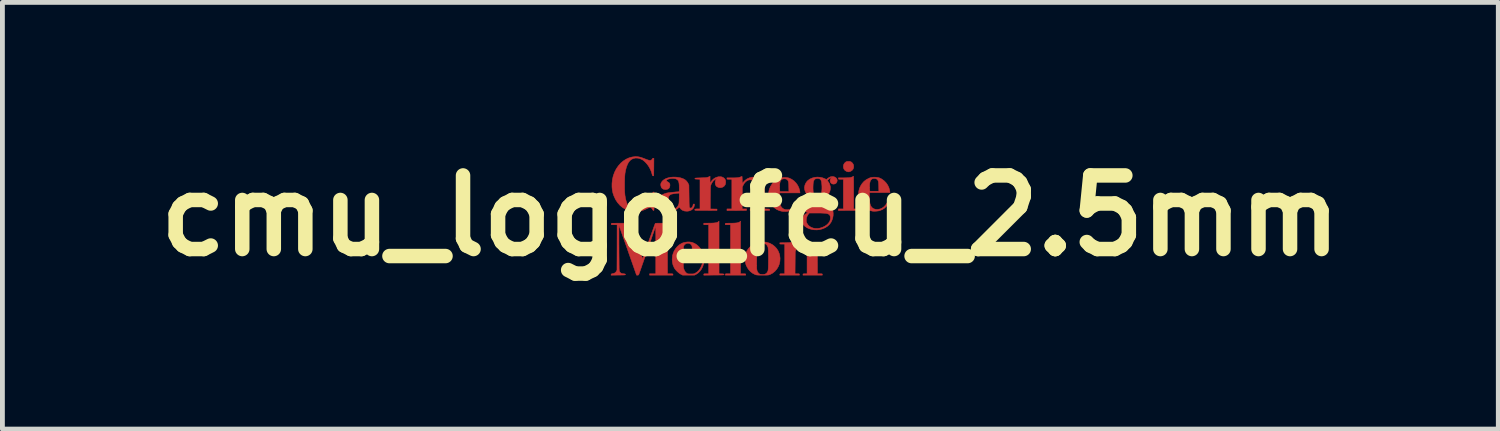
<source format=kicad_pcb>
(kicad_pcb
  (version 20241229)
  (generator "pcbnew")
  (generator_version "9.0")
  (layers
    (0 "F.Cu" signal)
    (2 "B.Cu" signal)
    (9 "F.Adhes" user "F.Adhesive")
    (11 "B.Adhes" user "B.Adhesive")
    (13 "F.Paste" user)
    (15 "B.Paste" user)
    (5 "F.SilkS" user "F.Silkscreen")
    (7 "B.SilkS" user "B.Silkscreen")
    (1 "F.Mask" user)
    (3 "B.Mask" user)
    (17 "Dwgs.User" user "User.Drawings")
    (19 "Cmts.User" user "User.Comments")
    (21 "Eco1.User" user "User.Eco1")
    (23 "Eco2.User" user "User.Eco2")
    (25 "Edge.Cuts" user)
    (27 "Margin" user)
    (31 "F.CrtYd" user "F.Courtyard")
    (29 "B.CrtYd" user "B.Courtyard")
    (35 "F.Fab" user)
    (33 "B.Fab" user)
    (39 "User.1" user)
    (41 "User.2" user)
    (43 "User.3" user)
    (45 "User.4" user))
  (footprint "cmu_logo_fcu_2.5mm"
    (layer "F.Cu")
    (at 12.49 1.418)
    (property "Reference" "cmu_logo_fcu_2.5mm" (at 0 0 0) (layer "F.SilkS") (effects (font (size 1.524 1.524) (thickness 0.3))))
    (attr through_hole)
    (fp_poly (pts (xy -0.203 1.202) (xy -0.15 1.202) (xy -0.125 1.202) (xy -0.109 1.203) (xy -0.1 1.205) (xy -0.097 1.208) (xy -0.096 1.214) (xy -0.096 1.216) (xy -0.096 1.23) (xy -0.519 1.23) (xy -0.519 1.216) (xy -0.519 1.21) (xy -0.516 1.206) (xy -0.51 1.203) (xy -0.496 1.202) (xy -0.475 1.202) (xy -0.466 1.202) (xy -0.412 1.202) (xy -0.412 0.186) (xy -0.52 0.186) (xy -0.518 0.171) (xy -0.516 0.155) (xy -0.406 0.154) (xy -0.357 0.153) (xy -0.317 0.151) (xy -0.286 0.148) (xy -0.262 0.144) (xy -0.244 0.139) (xy -0.23 0.133) (xy -0.22 0.126) (xy -0.203 0.112) (xy -0.203 1.202)) (stroke (width 0.01) (type solid)) (fill yes) (layer "F.Cu"))
    (fp_poly (pts (xy 2.055 -1.125) (xy 2.071 -1.122) (xy 2.086 -1.115) (xy 2.093 -1.111) (xy 2.117 -1.088) (xy 2.133 -1.061) (xy 2.14 -1.03) (xy 2.138 -0.998) (xy 2.128 -0.968) (xy 2.112 -0.946) (xy 2.092 -0.93) (xy 2.068 -0.917) (xy 2.044 -0.91) (xy 2.035 -0.909) (xy 2.018 -0.911) (xy 1.999 -0.916) (xy 1.996 -0.917) (xy 1.977 -0.927) (xy 1.959 -0.939) (xy 1.957 -0.941) (xy 1.937 -0.967) (xy 1.927 -0.996) (xy 1.925 -1.028) (xy 1.932 -1.059) (xy 1.947 -1.087) (xy 1.971 -1.11) (xy 1.971 -1.11) (xy 1.986 -1.119) (xy 2 -1.124) (xy 2.019 -1.126) (xy 2.032 -1.126) (xy 2.055 -1.125)) (stroke (width 0.01) (type solid)) (fill yes) (layer "F.Cu"))
    (fp_poly (pts (xy -0.649 1.202) (xy -0.597 1.203) (xy -0.572 1.204) (xy -0.557 1.206) (xy -0.549 1.208) (xy -0.545 1.212) (xy -0.545 1.216) (xy -0.545 1.219) (xy -0.547 1.222) (xy -0.551 1.224) (xy -0.558 1.225) (xy -0.57 1.226) (xy -0.587 1.227) (xy -0.612 1.228) (xy -0.643 1.228) (xy -0.684 1.229) (xy -0.734 1.229) (xy -0.755 1.229) (xy -0.965 1.231) (xy -0.965 1.216) (xy -0.965 1.21) (xy -0.962 1.206) (xy -0.955 1.203) (xy -0.941 1.202) (xy -0.919 1.202) (xy -0.864 1.202) (xy -0.864 0.186) (xy -0.965 0.186) (xy -0.965 0.154) (xy -0.852 0.153) (xy -0.8 0.152) (xy -0.759 0.15) (xy -0.725 0.146) (xy -0.7 0.142) (xy -0.681 0.135) (xy -0.666 0.127) (xy -0.662 0.123) (xy -0.649 0.111) (xy -0.649 1.202)) (stroke (width 0.01) (type solid)) (fill yes) (layer "F.Cu"))
    (fp_poly (pts (xy 2.137 -0.813) (xy 2.137 -0.797) (xy 2.138 -0.772) (xy 2.138 -0.739) (xy 2.139 -0.698) (xy 2.139 -0.65) (xy 2.139 -0.598) (xy 2.139 -0.54) (xy 2.139 -0.48) (xy 2.139 -0.142) (xy 2.191 -0.14) (xy 2.216 -0.139) (xy 2.231 -0.138) (xy 2.24 -0.136) (xy 2.243 -0.132) (xy 2.244 -0.126) (xy 2.244 -0.124) (xy 2.244 -0.11) (xy 2.033 -0.109) (xy 1.823 -0.108) (xy 1.823 -0.141) (xy 1.925 -0.141) (xy 1.925 -0.756) (xy 1.874 -0.756) (xy 1.85 -0.756) (xy 1.835 -0.757) (xy 1.827 -0.759) (xy 1.824 -0.763) (xy 1.823 -0.769) (xy 1.823 -0.77) (xy 1.823 -0.785) (xy 1.929 -0.785) (xy 1.985 -0.786) (xy 2.03 -0.788) (xy 2.067 -0.792) (xy 2.095 -0.799) (xy 2.116 -0.807) (xy 2.121 -0.81) (xy 2.131 -0.816) (xy 2.136 -0.818) (xy 2.137 -0.813)) (stroke (width 0.01) (type solid)) (fill yes) (layer "F.Cu"))
    (fp_poly (pts (xy -0.835 -0.744) (xy -0.835 -0.669) (xy -0.819 -0.698) (xy -0.794 -0.732) (xy -0.764 -0.761) (xy -0.731 -0.784) (xy -0.695 -0.799) (xy -0.658 -0.808) (xy -0.623 -0.809) (xy -0.589 -0.804) (xy -0.559 -0.79) (xy -0.535 -0.769) (xy -0.521 -0.748) (xy -0.513 -0.725) (xy -0.511 -0.697) (xy -0.514 -0.668) (xy -0.521 -0.644) (xy -0.523 -0.641) (xy -0.542 -0.614) (xy -0.568 -0.595) (xy -0.599 -0.584) (xy -0.631 -0.581) (xy -0.663 -0.587) (xy -0.693 -0.602) (xy -0.702 -0.609) (xy -0.718 -0.63) (xy -0.727 -0.657) (xy -0.73 -0.688) (xy -0.725 -0.719) (xy -0.715 -0.742) (xy -0.708 -0.756) (xy -0.704 -0.766) (xy -0.704 -0.768) (xy -0.711 -0.765) (xy -0.723 -0.757) (xy -0.737 -0.748) (xy -0.771 -0.717) (xy -0.799 -0.678) (xy -0.815 -0.645) (xy -0.818 -0.636) (xy -0.82 -0.628) (xy -0.822 -0.618) (xy -0.824 -0.606) (xy -0.825 -0.59) (xy -0.826 -0.569) (xy -0.827 -0.543) (xy -0.827 -0.509) (xy -0.828 -0.468) (xy -0.828 -0.417) (xy -0.829 -0.377) (xy -0.83 -0.141) (xy -0.691 -0.138) (xy -0.691 -0.11) (xy -0.919 -0.109) (xy -0.977 -0.109) (xy -1.024 -0.109) (xy -1.062 -0.109) (xy -1.092 -0.109) (xy -1.114 -0.11) (xy -1.13 -0.111) (xy -1.141 -0.112) (xy -1.147 -0.114) (xy -1.149 -0.116) (xy -1.15 -0.116) (xy -1.152 -0.127) (xy -1.148 -0.134) (xy -1.137 -0.139) (xy -1.118 -0.141) (xy -1.095 -0.141) (xy -1.044 -0.141) (xy -1.044 -0.756) (xy -1.096 -0.758) (xy -1.121 -0.759) (xy -1.136 -0.76) (xy -1.145 -0.762) (xy -1.148 -0.766) (xy -1.149 -0.77) (xy -1.148 -0.774) (xy -1.146 -0.777) (xy -1.14 -0.779) (xy -1.13 -0.781) (xy -1.113 -0.782) (xy -1.089 -0.783) (xy -1.056 -0.784) (xy -1.027 -0.785) (xy -0.983 -0.787) (xy -0.949 -0.788) (xy -0.923 -0.79) (xy -0.902 -0.793) (xy -0.886 -0.796) (xy -0.872 -0.801) (xy -0.858 -0.807) (xy -0.853 -0.809) (xy -0.835 -0.819) (xy -0.835 -0.744)) (stroke (width 0.01) (type solid)) (fill yes) (layer "F.Cu"))
    (fp_poly (pts (xy -0.172 -0.813) (xy -0.171 -0.799) (xy -0.17 -0.778) (xy -0.169 -0.751) (xy -0.169 -0.741) (xy -0.169 -0.71) (xy -0.168 -0.689) (xy -0.167 -0.677) (xy -0.165 -0.672) (xy -0.162 -0.674) (xy -0.162 -0.674) (xy -0.147 -0.694) (xy -0.126 -0.717) (xy -0.102 -0.739) (xy -0.078 -0.757) (xy -0.063 -0.767) (xy -0.018 -0.786) (xy 0.029 -0.798) (xy 0.076 -0.802) (xy 0.122 -0.798) (xy 0.165 -0.788) (xy 0.203 -0.772) (xy 0.234 -0.748) (xy 0.253 -0.726) (xy 0.261 -0.713) (xy 0.268 -0.701) (xy 0.274 -0.689) (xy 0.278 -0.676) (xy 0.282 -0.661) (xy 0.285 -0.641) (xy 0.287 -0.618) (xy 0.289 -0.588) (xy 0.29 -0.552) (xy 0.291 -0.508) (xy 0.292 -0.454) (xy 0.292 -0.391) (xy 0.294 -0.142) (xy 0.346 -0.14) (xy 0.37 -0.139) (xy 0.386 -0.138) (xy 0.394 -0.136) (xy 0.397 -0.132) (xy 0.398 -0.126) (xy 0.398 -0.124) (xy 0.398 -0.11) (xy -0.006 -0.108) (xy -0.006 -0.141) (xy 0.079 -0.141) (xy 0.078 -0.411) (xy 0.077 -0.473) (xy 0.077 -0.525) (xy 0.077 -0.568) (xy 0.076 -0.602) (xy 0.075 -0.629) (xy 0.075 -0.651) (xy 0.074 -0.667) (xy 0.072 -0.679) (xy 0.07 -0.687) (xy 0.068 -0.694) (xy 0.066 -0.7) (xy 0.065 -0.703) (xy 0.047 -0.726) (xy 0.023 -0.74) (xy -0.005 -0.745) (xy -0.036 -0.74) (xy -0.061 -0.73) (xy -0.094 -0.708) (xy -0.124 -0.675) (xy -0.149 -0.633) (xy -0.149 -0.632) (xy -0.167 -0.595) (xy -0.17 -0.141) (xy -0.078 -0.141) (xy -0.082 -0.11) (xy -0.284 -0.108) (xy -0.485 -0.107) (xy -0.485 -0.141) (xy -0.384 -0.141) (xy -0.384 -0.756) (xy -0.435 -0.756) (xy -0.459 -0.756) (xy -0.474 -0.757) (xy -0.482 -0.759) (xy -0.485 -0.763) (xy -0.485 -0.769) (xy -0.485 -0.77) (xy -0.485 -0.785) (xy -0.385 -0.785) (xy -0.337 -0.785) (xy -0.298 -0.786) (xy -0.266 -0.789) (xy -0.24 -0.793) (xy -0.217 -0.799) (xy -0.196 -0.807) (xy -0.174 -0.817) (xy -0.174 -0.817) (xy -0.172 -0.813)) (stroke (width 0.01) (type solid)) (fill yes) (layer "F.Cu"))
    (fp_poly (pts (xy 0.731 -0.793) (xy 0.769 -0.789) (xy 0.801 -0.781) (xy 0.804 -0.78) (xy 0.856 -0.755) (xy 0.904 -0.721) (xy 0.945 -0.679) (xy 0.979 -0.631) (xy 1.005 -0.578) (xy 1.021 -0.522) (xy 1.024 -0.504) (xy 1.028 -0.474) (xy 0.602 -0.474) (xy 0.605 -0.368) (xy 0.607 -0.328) (xy 0.608 -0.297) (xy 0.61 -0.272) (xy 0.613 -0.253) (xy 0.617 -0.236) (xy 0.62 -0.225) (xy 0.637 -0.187) (xy 0.662 -0.158) (xy 0.693 -0.138) (xy 0.73 -0.127) (xy 0.773 -0.125) (xy 0.776 -0.126) (xy 0.825 -0.135) (xy 0.869 -0.155) (xy 0.909 -0.184) (xy 0.943 -0.222) (xy 0.971 -0.269) (xy 0.989 -0.315) (xy 0.996 -0.336) (xy 1.001 -0.348) (xy 1.007 -0.354) (xy 1.014 -0.355) (xy 1.017 -0.355) (xy 1.032 -0.356) (xy 1.024 -0.326) (xy 1.002 -0.267) (xy 0.973 -0.216) (xy 0.937 -0.172) (xy 0.894 -0.137) (xy 0.845 -0.111) (xy 0.813 -0.1) (xy 0.782 -0.093) (xy 0.746 -0.089) (xy 0.708 -0.088) (xy 0.675 -0.089) (xy 0.663 -0.09) (xy 0.602 -0.105) (xy 0.547 -0.129) (xy 0.498 -0.164) (xy 0.477 -0.183) (xy 0.437 -0.23) (xy 0.407 -0.281) (xy 0.388 -0.336) (xy 0.378 -0.397) (xy 0.377 -0.429) (xy 0.379 -0.477) (xy 0.385 -0.52) (xy 0.397 -0.561) (xy 0.416 -0.603) (xy 0.606 -0.603) (xy 0.607 -0.573) (xy 0.608 -0.547) (xy 0.608 -0.54) (xy 0.611 -0.502) (xy 0.797 -0.502) (xy 0.795 -0.6) (xy 0.794 -0.642) (xy 0.791 -0.675) (xy 0.788 -0.7) (xy 0.782 -0.719) (xy 0.775 -0.733) (xy 0.764 -0.745) (xy 0.754 -0.753) (xy 0.736 -0.761) (xy 0.711 -0.765) (xy 0.685 -0.764) (xy 0.662 -0.759) (xy 0.651 -0.753) (xy 0.631 -0.733) (xy 0.617 -0.704) (xy 0.609 -0.667) (xy 0.607 -0.633) (xy 0.606 -0.603) (xy 0.416 -0.603) (xy 0.417 -0.605) (xy 0.419 -0.609) (xy 0.45 -0.661) (xy 0.49 -0.705) (xy 0.538 -0.743) (xy 0.593 -0.772) (xy 0.621 -0.782) (xy 0.652 -0.79) (xy 0.69 -0.793) (xy 0.731 -0.793)) (stroke (width 0.01) (type solid)) (fill yes) (layer "F.Cu"))
    (fp_poly (pts (xy 2.593 -0.798) (xy 2.632 -0.794) (xy 2.664 -0.787) (xy 2.667 -0.786) (xy 2.719 -0.761) (xy 2.766 -0.727) (xy 2.808 -0.685) (xy 2.842 -0.637) (xy 2.868 -0.584) (xy 2.884 -0.528) (xy 2.887 -0.509) (xy 2.891 -0.48) (xy 2.465 -0.48) (xy 2.468 -0.374) (xy 2.469 -0.333) (xy 2.471 -0.302) (xy 2.473 -0.278) (xy 2.476 -0.258) (xy 2.48 -0.242) (xy 2.483 -0.231) (xy 2.5 -0.193) (xy 2.524 -0.164) (xy 2.556 -0.144) (xy 2.593 -0.133) (xy 2.636 -0.131) (xy 2.638 -0.131) (xy 2.687 -0.141) (xy 2.732 -0.161) (xy 2.771 -0.19) (xy 2.805 -0.228) (xy 2.833 -0.274) (xy 2.852 -0.321) (xy 2.859 -0.342) (xy 2.865 -0.354) (xy 2.871 -0.36) (xy 2.877 -0.361) (xy 2.886 -0.359) (xy 2.889 -0.352) (xy 2.888 -0.339) (xy 2.882 -0.318) (xy 2.879 -0.308) (xy 2.854 -0.251) (xy 2.822 -0.202) (xy 2.783 -0.162) (xy 2.738 -0.131) (xy 2.686 -0.109) (xy 2.675 -0.105) (xy 2.645 -0.099) (xy 2.608 -0.095) (xy 2.571 -0.093) (xy 2.538 -0.094) (xy 2.525 -0.096) (xy 2.465 -0.11) (xy 2.41 -0.135) (xy 2.361 -0.169) (xy 2.34 -0.189) (xy 2.3 -0.236) (xy 2.27 -0.287) (xy 2.25 -0.342) (xy 2.241 -0.403) (xy 2.239 -0.435) (xy 2.241 -0.483) (xy 2.248 -0.525) (xy 2.26 -0.567) (xy 2.278 -0.609) (xy 2.469 -0.609) (xy 2.469 -0.579) (xy 2.47 -0.553) (xy 2.471 -0.546) (xy 2.474 -0.508) (xy 2.66 -0.508) (xy 2.658 -0.605) (xy 2.656 -0.648) (xy 2.654 -0.681) (xy 2.651 -0.706) (xy 2.645 -0.724) (xy 2.637 -0.739) (xy 2.627 -0.751) (xy 2.617 -0.759) (xy 2.598 -0.767) (xy 2.574 -0.771) (xy 2.548 -0.77) (xy 2.525 -0.765) (xy 2.514 -0.759) (xy 2.494 -0.738) (xy 2.48 -0.71) (xy 2.472 -0.673) (xy 2.469 -0.638) (xy 2.469 -0.609) (xy 2.278 -0.609) (xy 2.279 -0.611) (xy 2.281 -0.615) (xy 2.313 -0.666) (xy 2.353 -0.711) (xy 2.401 -0.748) (xy 2.456 -0.777) (xy 2.484 -0.788) (xy 2.515 -0.795) (xy 2.553 -0.799) (xy 2.593 -0.798)) (stroke (width 0.01) (type solid)) (fill yes) (layer "F.Cu"))
    (fp_poly (pts (xy -1.259 0.543) (xy -1.215 0.549) (xy -1.204 0.552) (xy -1.155 0.573) (xy -1.108 0.603) (xy -1.066 0.641) (xy -1.03 0.686) (xy -1.001 0.736) (xy -0.981 0.789) (xy -0.979 0.794) (xy -0.975 0.816) (xy -0.971 0.836) (xy -0.971 0.845) (xy -0.971 0.864) (xy -1.181 0.864) (xy -1.391 0.864) (xy -1.39 0.947) (xy -1.39 0.98) (xy -1.388 1.012) (xy -1.387 1.041) (xy -1.386 1.062) (xy -1.386 1.065) (xy -1.378 1.102) (xy -1.364 1.137) (xy -1.344 1.167) (xy -1.322 1.188) (xy -1.31 1.196) (xy -1.301 1.2) (xy -1.289 1.203) (xy -1.273 1.205) (xy -1.25 1.205) (xy -1.234 1.205) (xy -1.206 1.205) (xy -1.186 1.204) (xy -1.171 1.202) (xy -1.158 1.197) (xy -1.144 1.191) (xy -1.141 1.189) (xy -1.097 1.16) (xy -1.06 1.122) (xy -1.03 1.075) (xy -1.007 1.022) (xy -0.999 1.002) (xy -0.993 0.991) (xy -0.986 0.985) (xy -0.979 0.983) (xy -0.969 0.983) (xy -0.967 0.988) (xy -0.969 0.997) (xy -0.986 1.052) (xy -1.012 1.103) (xy -1.044 1.148) (xy -1.082 1.185) (xy -1.123 1.213) (xy -1.156 1.23) (xy -1.403 1.23) (xy -1.439 1.212) (xy -1.47 1.193) (xy -1.502 1.167) (xy -1.533 1.137) (xy -1.56 1.105) (xy -1.579 1.075) (xy -1.579 1.074) (xy -1.603 1.018) (xy -1.616 0.96) (xy -1.62 0.901) (xy -1.615 0.843) (xy -1.612 0.829) (xy -1.391 0.829) (xy -1.377 0.831) (xy -1.367 0.831) (xy -1.347 0.832) (xy -1.321 0.832) (xy -1.292 0.831) (xy -1.284 0.831) (xy -1.205 0.83) (xy -1.205 0.733) (xy -1.205 0.696) (xy -1.206 0.669) (xy -1.207 0.65) (xy -1.209 0.636) (xy -1.211 0.625) (xy -1.215 0.616) (xy -1.217 0.613) (xy -1.234 0.591) (xy -1.257 0.576) (xy -1.284 0.57) (xy -1.311 0.571) (xy -1.338 0.581) (xy -1.361 0.598) (xy -1.374 0.615) (xy -1.378 0.624) (xy -1.382 0.634) (xy -1.384 0.648) (xy -1.386 0.667) (xy -1.387 0.693) (xy -1.388 0.729) (xy -1.389 0.732) (xy -1.391 0.829) (xy -1.612 0.829) (xy -1.602 0.786) (xy -1.58 0.732) (xy -1.551 0.683) (xy -1.514 0.639) (xy -1.471 0.601) (xy -1.421 0.571) (xy -1.397 0.561) (xy -1.354 0.549) (xy -1.306 0.543) (xy -1.259 0.543)) (stroke (width 0.01) (type solid)) (fill yes) (layer "F.Cu"))
    (fp_poly (pts (xy 0.922 0.529) (xy 0.924 0.537) (xy 0.925 0.55) (xy 0.926 0.572) (xy 0.926 0.602) (xy 0.926 0.68) (xy 0.945 0.651) (xy 0.973 0.618) (xy 1.009 0.589) (xy 1.051 0.565) (xy 1.062 0.56) (xy 1.077 0.554) (xy 1.091 0.55) (xy 1.106 0.547) (xy 1.125 0.546) (xy 1.15 0.545) (xy 1.174 0.545) (xy 1.206 0.545) (xy 1.23 0.546) (xy 1.247 0.548) (xy 1.261 0.551) (xy 1.273 0.556) (xy 1.277 0.557) (xy 1.313 0.58) (xy 1.342 0.61) (xy 1.364 0.647) (xy 1.378 0.694) (xy 1.382 0.719) (xy 1.384 0.735) (xy 1.385 0.761) (xy 1.386 0.796) (xy 1.387 0.838) (xy 1.388 0.885) (xy 1.388 0.937) (xy 1.389 0.983) (xy 1.389 1.202) (xy 1.439 1.202) (xy 1.463 1.202) (xy 1.478 1.203) (xy 1.486 1.205) (xy 1.49 1.209) (xy 1.49 1.215) (xy 1.49 1.216) (xy 1.49 1.23) (xy 1.089 1.23) (xy 1.089 1.216) (xy 1.09 1.209) (xy 1.093 1.205) (xy 1.101 1.203) (xy 1.117 1.202) (xy 1.132 1.202) (xy 1.174 1.202) (xy 1.174 0.941) (xy 1.174 0.875) (xy 1.174 0.82) (xy 1.173 0.774) (xy 1.173 0.736) (xy 1.171 0.706) (xy 1.17 0.682) (xy 1.167 0.663) (xy 1.164 0.649) (xy 1.16 0.638) (xy 1.155 0.629) (xy 1.15 0.622) (xy 1.143 0.615) (xy 1.126 0.606) (xy 1.103 0.6) (xy 1.076 0.599) (xy 1.051 0.603) (xy 1.048 0.604) (xy 1.025 0.616) (xy 1 0.636) (xy 0.976 0.661) (xy 0.956 0.689) (xy 0.948 0.703) (xy 0.929 0.742) (xy 0.927 0.972) (xy 0.925 1.202) (xy 0.971 1.202) (xy 0.993 1.202) (xy 1.007 1.203) (xy 1.013 1.206) (xy 1.016 1.21) (xy 1.016 1.216) (xy 1.016 1.23) (xy 0.61 1.23) (xy 0.61 1.216) (xy 0.61 1.21) (xy 0.613 1.206) (xy 0.62 1.203) (xy 0.633 1.202) (xy 0.656 1.202) (xy 0.711 1.202) (xy 0.711 0.587) (xy 0.66 0.587) (xy 0.636 0.587) (xy 0.621 0.586) (xy 0.613 0.584) (xy 0.61 0.58) (xy 0.61 0.574) (xy 0.61 0.574) (xy 0.61 0.56) (xy 0.727 0.558) (xy 0.769 0.556) (xy 0.803 0.555) (xy 0.83 0.553) (xy 0.852 0.55) (xy 0.871 0.545) (xy 0.889 0.539) (xy 0.909 0.531) (xy 0.916 0.528) (xy 0.92 0.527) (xy 0.922 0.529)) (stroke (width 0.01) (type solid)) (fill yes) (layer "F.Cu"))
    (fp_poly (pts (xy 0.307 0.545) (xy 0.336 0.549) (xy 0.34 0.55) (xy 0.401 0.569) (xy 0.455 0.598) (xy 0.503 0.635) (xy 0.544 0.679) (xy 0.576 0.729) (xy 0.599 0.786) (xy 0.607 0.816) (xy 0.615 0.879) (xy 0.612 0.94) (xy 0.6 0.999) (xy 0.578 1.054) (xy 0.547 1.105) (xy 0.508 1.15) (xy 0.461 1.188) (xy 0.408 1.217) (xy 0.403 1.219) (xy 0.393 1.223) (xy 0.383 1.226) (xy 0.37 1.228) (xy 0.353 1.229) (xy 0.33 1.23) (xy 0.299 1.23) (xy 0.259 1.23) (xy 0.252 1.23) (xy 0.21 1.23) (xy 0.178 1.23) (xy 0.153 1.229) (xy 0.135 1.227) (xy 0.121 1.225) (xy 0.11 1.223) (xy 0.1 1.219) (xy 0.048 1.192) (xy 0.001 1.156) (xy -0.038 1.113) (xy -0.069 1.064) (xy -0.093 1.01) (xy -0.098 0.988) (xy 0.13 0.988) (xy 0.13 1.026) (xy 0.131 1.057) (xy 0.131 1.081) (xy 0.132 1.1) (xy 0.134 1.114) (xy 0.136 1.125) (xy 0.138 1.135) (xy 0.139 1.138) (xy 0.151 1.166) (xy 0.17 1.19) (xy 0.191 1.207) (xy 0.205 1.213) (xy 0.236 1.218) (xy 0.27 1.218) (xy 0.299 1.211) (xy 0.309 1.207) (xy 0.333 1.191) (xy 0.351 1.169) (xy 0.364 1.139) (xy 0.367 1.127) (xy 0.369 1.104) (xy 0.371 1.073) (xy 0.372 1.036) (xy 0.373 0.994) (xy 0.373 0.949) (xy 0.374 0.901) (xy 0.374 0.854) (xy 0.373 0.807) (xy 0.372 0.764) (xy 0.371 0.725) (xy 0.369 0.693) (xy 0.367 0.668) (xy 0.365 0.652) (xy 0.364 0.65) (xy 0.348 0.616) (xy 0.326 0.592) (xy 0.298 0.577) (xy 0.263 0.571) (xy 0.243 0.571) (xy 0.207 0.577) (xy 0.179 0.59) (xy 0.157 0.611) (xy 0.146 0.63) (xy 0.143 0.637) (xy 0.14 0.644) (xy 0.138 0.652) (xy 0.136 0.662) (xy 0.135 0.676) (xy 0.134 0.693) (xy 0.133 0.717) (xy 0.132 0.747) (xy 0.132 0.785) (xy 0.131 0.833) (xy 0.131 0.883) (xy 0.131 0.94) (xy 0.13 0.988) (xy -0.098 0.988) (xy -0.107 0.953) (xy -0.112 0.893) (xy -0.106 0.832) (xy -0.105 0.824) (xy -0.09 0.77) (xy -0.07 0.723) (xy -0.041 0.681) (xy -0.009 0.646) (xy 0.028 0.612) (xy 0.066 0.586) (xy 0.109 0.566) (xy 0.14 0.555) (xy 0.165 0.55) (xy 0.198 0.546) (xy 0.235 0.544) (xy 0.272 0.543) (xy 0.307 0.545)) (stroke (width 0.01) (type solid)) (fill yes) (layer "F.Cu"))
    (fp_poly (pts (xy -2.339 -1.223) (xy -2.309 -1.219) (xy -2.278 -1.212) (xy -2.241 -1.2) (xy -2.198 -1.184) (xy -2.188 -1.18) (xy -2.16 -1.169) (xy -2.133 -1.159) (xy -2.111 -1.152) (xy -2.096 -1.148) (xy -2.094 -1.148) (xy -2.069 -1.148) (xy -2.048 -1.155) (xy -2.035 -1.17) (xy -2.033 -1.175) (xy -2.026 -1.187) (xy -2.014 -1.191) (xy -2.012 -1.191) (xy -1.998 -1.191) (xy -1.999 -1.009) (xy -2.001 -0.827) (xy -2.014 -0.827) (xy -2.022 -0.828) (xy -2.027 -0.833) (xy -2.032 -0.844) (xy -2.037 -0.864) (xy -2.038 -0.868) (xy -2.056 -0.925) (xy -2.082 -0.981) (xy -2.113 -1.034) (xy -2.149 -1.081) (xy -2.188 -1.122) (xy -2.228 -1.154) (xy -2.245 -1.164) (xy -2.286 -1.182) (xy -2.328 -1.193) (xy -2.37 -1.195) (xy -2.379 -1.195) (xy -2.422 -1.186) (xy -2.46 -1.169) (xy -2.494 -1.142) (xy -2.523 -1.106) (xy -2.547 -1.06) (xy -2.568 -1.004) (xy -2.585 -0.938) (xy -2.595 -0.885) (xy -2.598 -0.857) (xy -2.601 -0.82) (xy -2.603 -0.776) (xy -2.604 -0.728) (xy -2.605 -0.676) (xy -2.605 -0.623) (xy -2.605 -0.572) (xy -2.604 -0.524) (xy -2.602 -0.481) (xy -2.599 -0.446) (xy -2.598 -0.429) (xy -2.586 -0.357) (xy -2.57 -0.295) (xy -2.551 -0.243) (xy -2.527 -0.201) (xy -2.5 -0.168) (xy -2.468 -0.143) (xy -2.449 -0.133) (xy -2.433 -0.126) (xy -2.419 -0.122) (xy -2.404 -0.119) (xy -2.386 -0.119) (xy -2.36 -0.12) (xy -2.355 -0.12) (xy -2.301 -0.125) (xy -2.254 -0.138) (xy -2.212 -0.159) (xy -2.171 -0.19) (xy -2.146 -0.214) (xy -2.104 -0.265) (xy -2.069 -0.324) (xy -2.043 -0.388) (xy -2.028 -0.443) (xy -2.024 -0.466) (xy -2.02 -0.48) (xy -2.015 -0.488) (xy -2.01 -0.491) (xy -2.006 -0.491) (xy -1.993 -0.491) (xy -1.993 -0.302) (xy -1.993 -0.256) (xy -1.993 -0.214) (xy -1.994 -0.177) (xy -1.995 -0.148) (xy -1.996 -0.126) (xy -1.997 -0.113) (xy -1.998 -0.11) (xy -2.008 -0.109) (xy -2.019 -0.118) (xy -2.027 -0.13) (xy -2.036 -0.146) (xy -2.05 -0.161) (xy -2.065 -0.171) (xy -2.077 -0.175) (xy -2.085 -0.173) (xy -2.102 -0.166) (xy -2.124 -0.156) (xy -2.149 -0.144) (xy -2.151 -0.143) (xy -2.181 -0.13) (xy -2.211 -0.117) (xy -2.239 -0.107) (xy -2.258 -0.101) (xy -2.291 -0.094) (xy -2.331 -0.09) (xy -2.373 -0.087) (xy -2.413 -0.087) (xy -2.448 -0.09) (xy -2.453 -0.091) (xy -2.521 -0.107) (xy -2.586 -0.134) (xy -2.646 -0.17) (xy -2.7 -0.215) (xy -2.748 -0.269) (xy -2.789 -0.33) (xy -2.799 -0.35) (xy -2.827 -0.411) (xy -2.847 -0.471) (xy -2.86 -0.532) (xy -2.866 -0.597) (xy -2.866 -0.665) (xy -2.858 -0.747) (xy -2.84 -0.826) (xy -2.813 -0.901) (xy -2.777 -0.971) (xy -2.733 -1.035) (xy -2.682 -1.092) (xy -2.636 -1.131) (xy -2.577 -1.17) (xy -2.514 -1.199) (xy -2.448 -1.217) (xy -2.382 -1.225) (xy -2.369 -1.225) (xy -2.339 -1.223)) (stroke (width 0.01) (type solid)) (fill yes) (layer "F.Cu"))
    (fp_poly (pts (xy -1.542 -0.8) (xy -1.5 -0.795) (xy -1.442 -0.784) (xy -1.395 -0.768) (xy -1.356 -0.748) (xy -1.325 -0.721) (xy -1.3 -0.689) (xy -1.291 -0.673) (xy -1.273 -0.635) (xy -1.27 -0.405) (xy -1.269 -0.348) (xy -1.269 -0.301) (xy -1.268 -0.263) (xy -1.267 -0.233) (xy -1.266 -0.211) (xy -1.265 -0.194) (xy -1.264 -0.183) (xy -1.262 -0.175) (xy -1.26 -0.17) (xy -1.258 -0.167) (xy -1.256 -0.166) (xy -1.241 -0.159) (xy -1.225 -0.161) (xy -1.218 -0.164) (xy -1.208 -0.174) (xy -1.198 -0.19) (xy -1.19 -0.209) (xy -1.186 -0.227) (xy -1.185 -0.23) (xy -1.183 -0.24) (xy -1.173 -0.243) (xy -1.17 -0.243) (xy -1.161 -0.242) (xy -1.158 -0.238) (xy -1.158 -0.227) (xy -1.159 -0.217) (xy -1.169 -0.179) (xy -1.189 -0.147) (xy -1.216 -0.122) (xy -1.251 -0.104) (xy -1.293 -0.095) (xy -1.318 -0.094) (xy -1.364 -0.098) (xy -1.404 -0.112) (xy -1.437 -0.136) (xy -1.464 -0.168) (xy -1.467 -0.173) (xy -1.472 -0.179) (xy -1.476 -0.178) (xy -1.484 -0.169) (xy -1.485 -0.168) (xy -1.509 -0.145) (xy -1.541 -0.125) (xy -1.58 -0.11) (xy -1.623 -0.099) (xy -1.669 -0.093) (xy -1.713 -0.094) (xy -1.744 -0.098) (xy -1.794 -0.113) (xy -1.836 -0.135) (xy -1.87 -0.163) (xy -1.894 -0.198) (xy -1.909 -0.238) (xy -1.913 -0.283) (xy -1.908 -0.326) (xy -1.699 -0.326) (xy -1.699 -0.295) (xy -1.697 -0.265) (xy -1.695 -0.237) (xy -1.692 -0.216) (xy -1.691 -0.211) (xy -1.676 -0.18) (xy -1.652 -0.156) (xy -1.64 -0.148) (xy -1.621 -0.142) (xy -1.597 -0.141) (xy -1.572 -0.144) (xy -1.55 -0.152) (xy -1.546 -0.154) (xy -1.523 -0.171) (xy -1.505 -0.194) (xy -1.489 -0.224) (xy -1.484 -0.235) (xy -1.481 -0.246) (xy -1.479 -0.26) (xy -1.477 -0.278) (xy -1.476 -0.303) (xy -1.475 -0.336) (xy -1.474 -0.36) (xy -1.474 -0.397) (xy -1.473 -0.425) (xy -1.473 -0.445) (xy -1.474 -0.457) (xy -1.476 -0.464) (xy -1.478 -0.467) (xy -1.482 -0.468) (xy -1.482 -0.468) (xy -1.501 -0.467) (xy -1.526 -0.465) (xy -1.554 -0.461) (xy -1.583 -0.457) (xy -1.609 -0.452) (xy -1.63 -0.448) (xy -1.642 -0.445) (xy -1.643 -0.444) (xy -1.669 -0.428) (xy -1.688 -0.404) (xy -1.693 -0.393) (xy -1.696 -0.378) (xy -1.698 -0.355) (xy -1.699 -0.326) (xy -1.908 -0.326) (xy -1.908 -0.327) (xy -1.893 -0.366) (xy -1.868 -0.4) (xy -1.834 -0.429) (xy -1.79 -0.452) (xy -1.738 -0.469) (xy -1.729 -0.471) (xy -1.712 -0.474) (xy -1.686 -0.478) (xy -1.653 -0.482) (xy -1.618 -0.486) (xy -1.582 -0.489) (xy -1.547 -0.493) (xy -1.517 -0.495) (xy -1.494 -0.496) (xy -1.486 -0.497) (xy -1.481 -0.497) (xy -1.477 -0.499) (xy -1.475 -0.505) (xy -1.474 -0.517) (xy -1.473 -0.536) (xy -1.473 -0.564) (xy -1.473 -0.572) (xy -1.474 -0.624) (xy -1.477 -0.666) (xy -1.483 -0.698) (xy -1.49 -0.72) (xy -1.495 -0.728) (xy -1.517 -0.75) (xy -1.545 -0.764) (xy -1.581 -0.771) (xy -1.625 -0.772) (xy -1.653 -0.769) (xy -1.689 -0.762) (xy -1.715 -0.753) (xy -1.732 -0.741) (xy -1.737 -0.73) (xy -1.736 -0.722) (xy -1.728 -0.713) (xy -1.711 -0.702) (xy -1.709 -0.701) (xy -1.685 -0.685) (xy -1.671 -0.666) (xy -1.666 -0.643) (xy -1.666 -0.62) (xy -1.674 -0.589) (xy -1.689 -0.566) (xy -1.713 -0.551) (xy -1.744 -0.543) (xy -1.765 -0.543) (xy -1.799 -0.549) (xy -1.825 -0.563) (xy -1.843 -0.585) (xy -1.853 -0.616) (xy -1.855 -0.628) (xy -1.856 -0.65) (xy -1.853 -0.669) (xy -1.846 -0.685) (xy -1.825 -0.717) (xy -1.794 -0.744) (xy -1.755 -0.767) (xy -1.709 -0.784) (xy -1.657 -0.796) (xy -1.601 -0.801) (xy -1.542 -0.8)) (stroke (width 0.01) (type solid)) (fill yes) (layer "F.Cu"))
    (fp_poly (pts (xy -2.6 0.154) (xy -2.563 0.154) (xy -2.532 0.155) (xy -2.509 0.155) (xy -2.495 0.156) (xy -2.491 0.157) (xy -2.489 0.16) (xy -2.485 0.168) (xy -2.48 0.181) (xy -2.473 0.2) (xy -2.464 0.224) (xy -2.452 0.256) (xy -2.439 0.295) (xy -2.423 0.341) (xy -2.404 0.395) (xy -2.382 0.458) (xy -2.357 0.53) (xy -2.329 0.611) (xy -2.298 0.702) (xy -2.277 0.763) (xy -2.265 0.799) (xy -2.253 0.831) (xy -2.244 0.857) (xy -2.237 0.876) (xy -2.233 0.888) (xy -2.231 0.89) (xy -2.229 0.884) (xy -2.224 0.869) (xy -2.215 0.845) (xy -2.204 0.813) (xy -2.19 0.773) (xy -2.174 0.728) (xy -2.156 0.677) (xy -2.136 0.621) (xy -2.115 0.561) (xy -2.103 0.525) (xy -2.081 0.463) (xy -2.06 0.405) (xy -2.041 0.351) (xy -2.023 0.302) (xy -2.007 0.258) (xy -1.994 0.221) (xy -1.983 0.192) (xy -1.975 0.171) (xy -1.97 0.159) (xy -1.968 0.157) (xy -1.961 0.156) (xy -1.944 0.155) (xy -1.919 0.154) (xy -1.886 0.154) (xy -1.848 0.154) (xy -1.806 0.154) (xy -1.784 0.154) (xy -1.606 0.155) (xy -1.604 0.171) (xy -1.602 0.186) (xy -1.661 0.186) (xy -1.719 0.186) (xy -1.717 0.694) (xy -1.716 1.202) (xy -1.659 1.202) (xy -1.634 1.202) (xy -1.617 1.203) (xy -1.608 1.205) (xy -1.604 1.208) (xy -1.603 1.213) (xy -1.603 1.216) (xy -1.603 1.23) (xy -2.088 1.23) (xy -2.088 1.202) (xy -1.959 1.202) (xy -1.959 0.71) (xy -1.959 0.637) (xy -1.959 0.567) (xy -1.959 0.501) (xy -1.959 0.44) (xy -1.959 0.385) (xy -1.96 0.337) (xy -1.96 0.296) (xy -1.96 0.263) (xy -1.961 0.239) (xy -1.961 0.225) (xy -1.961 0.221) (xy -1.963 0.226) (xy -1.969 0.242) (xy -1.978 0.267) (xy -1.99 0.3) (xy -2.004 0.34) (xy -2.021 0.388) (xy -2.04 0.442) (xy -2.06 0.501) (xy -2.082 0.564) (xy -2.106 0.632) (xy -2.131 0.702) (xy -2.131 0.703) (xy -2.156 0.774) (xy -2.179 0.843) (xy -2.202 0.908) (xy -2.223 0.968) (xy -2.243 1.024) (xy -2.26 1.074) (xy -2.275 1.117) (xy -2.288 1.153) (xy -2.297 1.18) (xy -2.304 1.198) (xy -2.307 1.206) (xy -2.313 1.221) (xy -2.32 1.228) (xy -2.331 1.23) (xy -2.337 1.23) (xy -2.358 1.23) (xy -2.538 0.717) (xy -2.563 0.644) (xy -2.588 0.574) (xy -2.611 0.508) (xy -2.633 0.446) (xy -2.653 0.39) (xy -2.671 0.34) (xy -2.686 0.296) (xy -2.699 0.26) (xy -2.709 0.232) (xy -2.716 0.214) (xy -2.72 0.204) (xy -2.721 0.203) (xy -2.721 0.209) (xy -2.722 0.225) (xy -2.722 0.251) (xy -2.722 0.287) (xy -2.722 0.332) (xy -2.722 0.386) (xy -2.722 0.447) (xy -2.722 0.515) (xy -2.722 0.59) (xy -2.721 0.671) (xy -2.721 0.758) (xy -2.72 0.85) (xy -2.719 0.946) (xy -2.719 0.96) (xy -2.719 1.01) (xy -2.718 1.05) (xy -2.718 1.081) (xy -2.717 1.105) (xy -2.716 1.123) (xy -2.714 1.137) (xy -2.712 1.146) (xy -2.709 1.154) (xy -2.707 1.159) (xy -2.695 1.177) (xy -2.677 1.19) (xy -2.652 1.198) (xy -2.625 1.201) (xy -2.605 1.204) (xy -2.594 1.207) (xy -2.589 1.211) (xy -2.588 1.216) (xy -2.588 1.22) (xy -2.59 1.222) (xy -2.595 1.224) (xy -2.604 1.226) (xy -2.619 1.227) (xy -2.64 1.228) (xy -2.669 1.228) (xy -2.707 1.229) (xy -2.736 1.229) (xy -2.884 1.231) (xy -2.884 1.218) (xy -2.883 1.21) (xy -2.877 1.205) (xy -2.864 1.201) (xy -2.851 1.199) (xy -2.821 1.191) (xy -2.799 1.179) (xy -2.783 1.161) (xy -2.775 1.149) (xy -2.763 1.126) (xy -2.761 0.656) (xy -2.76 0.186) (xy -2.879 0.186) (xy -2.878 0.171) (xy -2.876 0.155) (xy -2.687 0.154) (xy -2.641 0.154) (xy -2.6 0.154)) (stroke (width 0.01) (type solid)) (fill yes) (layer "F.Cu"))
    (fp_poly (pts (xy 1.737 -0.806) (xy 1.75 -0.8) (xy 1.776 -0.782) (xy 1.792 -0.759) (xy 1.798 -0.733) (xy 1.793 -0.704) (xy 1.789 -0.696) (xy 1.775 -0.674) (xy 1.753 -0.66) (xy 1.724 -0.655) (xy 1.719 -0.655) (xy 1.694 -0.66) (xy 1.674 -0.673) (xy 1.659 -0.692) (xy 1.651 -0.715) (xy 1.651 -0.739) (xy 1.66 -0.763) (xy 1.669 -0.775) (xy 1.678 -0.785) (xy 1.677 -0.79) (xy 1.668 -0.788) (xy 1.653 -0.781) (xy 1.647 -0.777) (xy 1.633 -0.767) (xy 1.618 -0.753) (xy 1.606 -0.74) (xy 1.598 -0.729) (xy 1.597 -0.725) (xy 1.601 -0.719) (xy 1.609 -0.708) (xy 1.614 -0.703) (xy 1.63 -0.678) (xy 1.644 -0.646) (xy 1.654 -0.61) (xy 1.657 -0.592) (xy 1.656 -0.55) (xy 1.647 -0.508) (xy 1.628 -0.468) (xy 1.601 -0.433) (xy 1.595 -0.427) (xy 1.557 -0.398) (xy 1.512 -0.376) (xy 1.463 -0.361) (xy 1.412 -0.353) (xy 1.363 -0.354) (xy 1.335 -0.358) (xy 1.294 -0.366) (xy 1.26 -0.367) (xy 1.23 -0.361) (xy 1.214 -0.355) (xy 1.19 -0.342) (xy 1.17 -0.325) (xy 1.157 -0.307) (xy 1.152 -0.29) (xy 1.155 -0.275) (xy 1.156 -0.274) (xy 1.16 -0.268) (xy 1.165 -0.263) (xy 1.172 -0.259) (xy 1.182 -0.256) (xy 1.195 -0.254) (xy 1.214 -0.252) (xy 1.239 -0.251) (xy 1.271 -0.25) (xy 1.312 -0.249) (xy 1.363 -0.248) (xy 1.38 -0.248) (xy 1.436 -0.247) (xy 1.483 -0.246) (xy 1.522 -0.245) (xy 1.552 -0.243) (xy 1.576 -0.24) (xy 1.595 -0.237) (xy 1.611 -0.233) (xy 1.623 -0.227) (xy 1.635 -0.22) (xy 1.646 -0.211) (xy 1.653 -0.205) (xy 1.679 -0.176) (xy 1.698 -0.139) (xy 1.71 -0.097) (xy 1.715 -0.051) (xy 1.714 -0.002) (xy 1.705 0.047) (xy 1.689 0.095) (xy 1.669 0.137) (xy 1.637 0.18) (xy 1.597 0.217) (xy 1.55 0.247) (xy 1.497 0.27) (xy 1.44 0.286) (xy 1.38 0.293) (xy 1.318 0.291) (xy 1.276 0.285) (xy 1.222 0.27) (xy 1.174 0.249) (xy 1.133 0.222) (xy 1.1 0.19) (xy 1.081 0.164) (xy 1.068 0.129) (xy 1.065 0.104) (xy 1.157 0.104) (xy 1.159 0.121) (xy 1.163 0.136) (xy 1.17 0.154) (xy 1.171 0.155) (xy 1.195 0.191) (xy 1.227 0.221) (xy 1.265 0.243) (xy 1.31 0.258) (xy 1.359 0.264) (xy 1.411 0.262) (xy 1.441 0.256) (xy 1.49 0.241) (xy 1.537 0.219) (xy 1.578 0.192) (xy 1.612 0.16) (xy 1.638 0.125) (xy 1.643 0.116) (xy 1.652 0.089) (xy 1.657 0.06) (xy 1.657 0.031) (xy 1.652 0.006) (xy 1.645 -0.009) (xy 1.635 -0.021) (xy 1.623 -0.031) (xy 1.609 -0.038) (xy 1.59 -0.044) (xy 1.567 -0.049) (xy 1.537 -0.052) (xy 1.499 -0.054) (xy 1.454 -0.056) (xy 1.398 -0.056) (xy 1.368 -0.056) (xy 1.22 -0.056) (xy 1.205 -0.039) (xy 1.179 -0.000406) (xy 1.164 0.042) (xy 1.158 0.08) (xy 1.157 0.104) (xy 1.065 0.104) (xy 1.063 0.092) (xy 1.068 0.057) (xy 1.077 0.035) (xy 1.098 0.005) (xy 1.126 -0.023) (xy 1.157 -0.044) (xy 1.163 -0.046) (xy 1.19 -0.059) (xy 1.161 -0.076) (xy 1.137 -0.094) (xy 1.119 -0.118) (xy 1.115 -0.124) (xy 1.107 -0.139) (xy 1.102 -0.152) (xy 1.099 -0.167) (xy 1.098 -0.185) (xy 1.098 -0.212) (xy 1.098 -0.238) (xy 1.099 -0.257) (xy 1.102 -0.271) (xy 1.108 -0.285) (xy 1.116 -0.302) (xy 1.117 -0.303) (xy 1.14 -0.336) (xy 1.17 -0.362) (xy 1.208 -0.38) (xy 1.213 -0.381) (xy 1.243 -0.391) (xy 1.218 -0.407) (xy 1.181 -0.436) (xy 1.152 -0.471) (xy 1.133 -0.51) (xy 1.122 -0.552) (xy 1.122 -0.576) (xy 1.297 -0.576) (xy 1.299 -0.524) (xy 1.302 -0.481) (xy 1.307 -0.448) (xy 1.315 -0.423) (xy 1.326 -0.405) (xy 1.34 -0.393) (xy 1.359 -0.386) (xy 1.373 -0.384) (xy 1.406 -0.383) (xy 1.432 -0.389) (xy 1.444 -0.396) (xy 1.456 -0.413) (xy 1.466 -0.439) (xy 1.474 -0.473) (xy 1.479 -0.513) (xy 1.482 -0.559) (xy 1.482 -0.608) (xy 1.48 -0.639) (xy 1.476 -0.679) (xy 1.471 -0.709) (xy 1.464 -0.732) (xy 1.455 -0.747) (xy 1.444 -0.758) (xy 1.443 -0.759) (xy 1.421 -0.768) (xy 1.395 -0.772) (xy 1.368 -0.77) (xy 1.358 -0.768) (xy 1.339 -0.759) (xy 1.325 -0.745) (xy 1.313 -0.725) (xy 1.305 -0.698) (xy 1.3 -0.662) (xy 1.298 -0.618) (xy 1.297 -0.576) (xy 1.122 -0.576) (xy 1.121 -0.594) (xy 1.13 -0.637) (xy 1.148 -0.677) (xy 1.175 -0.715) (xy 1.19 -0.729) (xy 1.232 -0.76) (xy 1.281 -0.782) (xy 1.334 -0.796) (xy 1.389 -0.801) (xy 1.445 -0.797) (xy 1.5 -0.784) (xy 1.535 -0.77) (xy 1.576 -0.751) (xy 1.599 -0.771) (xy 1.632 -0.795) (xy 1.667 -0.809) (xy 1.702 -0.813) (xy 1.737 -0.806)) (stroke (width 0.01) (type solid)) (fill yes) (layer "F.Cu")))
  (gr_rect
    (start -3 -3)
    (end 27.979 5.836)
    (stroke (width 0.1) (type default))
    (fill no)
    (layer "Edge.Cuts")))
</source>
